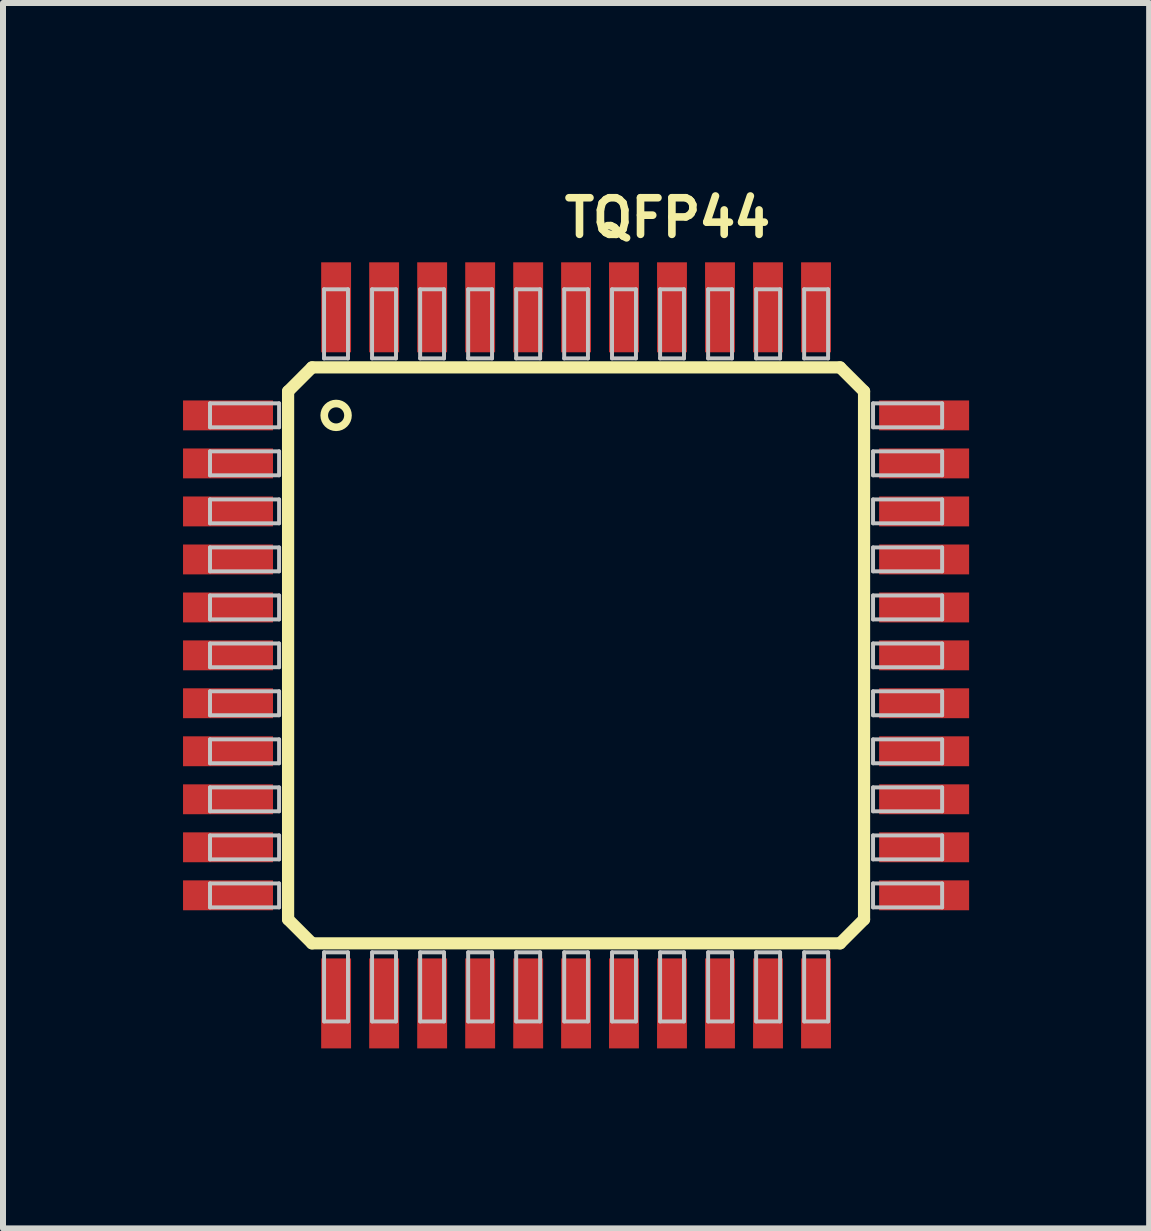
<source format=kicad_pcb>
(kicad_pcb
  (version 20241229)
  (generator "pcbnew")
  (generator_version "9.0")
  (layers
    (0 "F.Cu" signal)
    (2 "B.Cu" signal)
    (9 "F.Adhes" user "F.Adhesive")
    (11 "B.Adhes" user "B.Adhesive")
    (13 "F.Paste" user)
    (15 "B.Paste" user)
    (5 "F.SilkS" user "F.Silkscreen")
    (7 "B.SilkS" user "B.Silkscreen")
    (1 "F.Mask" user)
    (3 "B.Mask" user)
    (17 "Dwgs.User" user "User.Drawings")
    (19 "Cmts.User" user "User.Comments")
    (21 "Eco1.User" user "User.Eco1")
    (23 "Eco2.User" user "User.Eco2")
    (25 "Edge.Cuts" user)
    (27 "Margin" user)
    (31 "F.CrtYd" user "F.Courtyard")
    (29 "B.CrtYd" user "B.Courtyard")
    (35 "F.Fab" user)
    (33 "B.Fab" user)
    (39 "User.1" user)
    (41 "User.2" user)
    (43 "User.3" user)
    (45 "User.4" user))
  (footprint "TQFP44"
    (layer "F.Cu")
    (at 6.548 7.869)
    (property "Reference" "TQFP44" (at 1.524 -7.29 0) (layer "F.SilkS") (effects (font (size 0.61 0.61) (thickness 0.127))))
    (attr smd)
    (fp_line (start -4.798 -4.399) (end -4.399 -4.798) (stroke (width 0.203) (type solid)) (layer "F.SilkS"))
    (fp_line (start -4.798 4.399) (end -4.798 -4.399) (stroke (width 0.203) (type solid)) (layer "F.SilkS"))
    (fp_line (start -4.399 -4.798) (end 4.399 -4.798) (stroke (width 0.203) (type solid)) (layer "F.SilkS"))
    (fp_line (start -4.399 4.798) (end -4.798 4.399) (stroke (width 0.203) (type solid)) (layer "F.SilkS"))
    (fp_line (start 4.399 -4.798) (end 4.798 -4.399) (stroke (width 0.203) (type solid)) (layer "F.SilkS"))
    (fp_line (start 4.399 4.798) (end -4.399 4.798) (stroke (width 0.203) (type solid)) (layer "F.SilkS"))
    (fp_line (start 4.798 -4.399) (end 4.798 4.399) (stroke (width 0.203) (type solid)) (layer "F.SilkS"))
    (fp_line (start 4.798 4.399) (end 4.399 4.798) (stroke (width 0.203) (type solid)) (layer "F.SilkS"))
    (fp_circle (center -3.998 -3.998) (end -4.138 -4.138) (stroke (width 0.127) (type solid)) (fill no) (layer "F.SilkS"))
    (fp_line (start -6.099 -4.199) (end -4.948 -4.199) (stroke (width 0.066) (type solid)) (layer "Dwgs.User"))
    (fp_line (start -6.099 -3.8) (end -6.099 -4.199) (stroke (width 0.066) (type solid)) (layer "Dwgs.User"))
    (fp_line (start -6.099 -3.8) (end -4.948 -3.8) (stroke (width 0.066) (type solid)) (layer "Dwgs.User"))
    (fp_line (start -6.099 -3.399) (end -4.948 -3.399) (stroke (width 0.066) (type solid)) (layer "Dwgs.User"))
    (fp_line (start -6.099 -3) (end -6.099 -3.399) (stroke (width 0.066) (type solid)) (layer "Dwgs.User"))
    (fp_line (start -6.099 -3) (end -4.948 -3) (stroke (width 0.066) (type solid)) (layer "Dwgs.User"))
    (fp_line (start -6.099 -2.598) (end -4.948 -2.598) (stroke (width 0.066) (type solid)) (layer "Dwgs.User"))
    (fp_line (start -6.099 -2.2) (end -6.099 -2.598) (stroke (width 0.066) (type solid)) (layer "Dwgs.User"))
    (fp_line (start -6.099 -2.2) (end -4.948 -2.2) (stroke (width 0.066) (type solid)) (layer "Dwgs.User"))
    (fp_line (start -6.099 -1.798) (end -4.948 -1.798) (stroke (width 0.066) (type solid)) (layer "Dwgs.User"))
    (fp_line (start -6.099 -1.4) (end -6.099 -1.798) (stroke (width 0.066) (type solid)) (layer "Dwgs.User"))
    (fp_line (start -6.099 -1.4) (end -4.948 -1.4) (stroke (width 0.066) (type solid)) (layer "Dwgs.User"))
    (fp_line (start -6.099 -0.998) (end -4.948 -0.998) (stroke (width 0.066) (type solid)) (layer "Dwgs.User"))
    (fp_line (start -6.099 -0.599) (end -6.099 -0.998) (stroke (width 0.066) (type solid)) (layer "Dwgs.User"))
    (fp_line (start -6.099 -0.599) (end -4.948 -0.599) (stroke (width 0.066) (type solid)) (layer "Dwgs.User"))
    (fp_line (start -6.099 -0.198) (end -4.948 -0.198) (stroke (width 0.066) (type solid)) (layer "Dwgs.User"))
    (fp_line (start -6.099 0.198) (end -6.099 -0.198) (stroke (width 0.066) (type solid)) (layer "Dwgs.User"))
    (fp_line (start -6.099 0.198) (end -4.948 0.198) (stroke (width 0.066) (type solid)) (layer "Dwgs.User"))
    (fp_line (start -6.099 0.599) (end -4.948 0.599) (stroke (width 0.066) (type solid)) (layer "Dwgs.User"))
    (fp_line (start -6.099 0.998) (end -6.099 0.599) (stroke (width 0.066) (type solid)) (layer "Dwgs.User"))
    (fp_line (start -6.099 0.998) (end -4.948 0.998) (stroke (width 0.066) (type solid)) (layer "Dwgs.User"))
    (fp_line (start -6.099 1.4) (end -4.948 1.4) (stroke (width 0.066) (type solid)) (layer "Dwgs.User"))
    (fp_line (start -6.099 1.798) (end -6.099 1.4) (stroke (width 0.066) (type solid)) (layer "Dwgs.User"))
    (fp_line (start -6.099 1.798) (end -4.948 1.798) (stroke (width 0.066) (type solid)) (layer "Dwgs.User"))
    (fp_line (start -6.099 2.2) (end -4.948 2.2) (stroke (width 0.066) (type solid)) (layer "Dwgs.User"))
    (fp_line (start -6.099 2.598) (end -6.099 2.2) (stroke (width 0.066) (type solid)) (layer "Dwgs.User"))
    (fp_line (start -6.099 2.598) (end -4.948 2.598) (stroke (width 0.066) (type solid)) (layer "Dwgs.User"))
    (fp_line (start -6.099 3) (end -4.948 3) (stroke (width 0.066) (type solid)) (layer "Dwgs.User"))
    (fp_line (start -6.099 3.399) (end -6.099 3) (stroke (width 0.066) (type solid)) (layer "Dwgs.User"))
    (fp_line (start -6.099 3.399) (end -4.948 3.399) (stroke (width 0.066) (type solid)) (layer "Dwgs.User"))
    (fp_line (start -6.099 3.8) (end -4.948 3.8) (stroke (width 0.066) (type solid)) (layer "Dwgs.User"))
    (fp_line (start -6.099 4.199) (end -6.099 3.8) (stroke (width 0.066) (type solid)) (layer "Dwgs.User"))
    (fp_line (start -6.099 4.199) (end -4.948 4.199) (stroke (width 0.066) (type solid)) (layer "Dwgs.User"))
    (fp_line (start -4.948 -3.8) (end -4.948 -4.199) (stroke (width 0.066) (type solid)) (layer "Dwgs.User"))
    (fp_line (start -4.948 -3) (end -4.948 -3.399) (stroke (width 0.066) (type solid)) (layer "Dwgs.User"))
    (fp_line (start -4.948 -2.2) (end -4.948 -2.598) (stroke (width 0.066) (type solid)) (layer "Dwgs.User"))
    (fp_line (start -4.948 -1.4) (end -4.948 -1.798) (stroke (width 0.066) (type solid)) (layer "Dwgs.User"))
    (fp_line (start -4.948 -0.599) (end -4.948 -0.998) (stroke (width 0.066) (type solid)) (layer "Dwgs.User"))
    (fp_line (start -4.948 0.198) (end -4.948 -0.198) (stroke (width 0.066) (type solid)) (layer "Dwgs.User"))
    (fp_line (start -4.948 0.998) (end -4.948 0.599) (stroke (width 0.066) (type solid)) (layer "Dwgs.User"))
    (fp_line (start -4.948 1.798) (end -4.948 1.4) (stroke (width 0.066) (type solid)) (layer "Dwgs.User"))
    (fp_line (start -4.948 2.598) (end -4.948 2.2) (stroke (width 0.066) (type solid)) (layer "Dwgs.User"))
    (fp_line (start -4.948 3.399) (end -4.948 3) (stroke (width 0.066) (type solid)) (layer "Dwgs.User"))
    (fp_line (start -4.948 4.199) (end -4.948 3.8) (stroke (width 0.066) (type solid)) (layer "Dwgs.User"))
    (fp_line (start -4.199 -6.099) (end -3.8 -6.099) (stroke (width 0.066) (type solid)) (layer "Dwgs.User"))
    (fp_line (start -4.199 -4.948) (end -4.199 -6.099) (stroke (width 0.066) (type solid)) (layer "Dwgs.User"))
    (fp_line (start -4.199 -4.948) (end -3.8 -4.948) (stroke (width 0.066) (type solid)) (layer "Dwgs.User"))
    (fp_line (start -4.199 4.948) (end -3.8 4.948) (stroke (width 0.066) (type solid)) (layer "Dwgs.User"))
    (fp_line (start -4.199 6.099) (end -4.199 4.948) (stroke (width 0.066) (type solid)) (layer "Dwgs.User"))
    (fp_line (start -4.199 6.099) (end -3.8 6.099) (stroke (width 0.066) (type solid)) (layer "Dwgs.User"))
    (fp_line (start -3.8 -4.948) (end -3.8 -6.099) (stroke (width 0.066) (type solid)) (layer "Dwgs.User"))
    (fp_line (start -3.8 6.099) (end -3.8 4.948) (stroke (width 0.066) (type solid)) (layer "Dwgs.User"))
    (fp_line (start -3.399 -6.099) (end -3 -6.099) (stroke (width 0.066) (type solid)) (layer "Dwgs.User"))
    (fp_line (start -3.399 -4.948) (end -3.399 -6.099) (stroke (width 0.066) (type solid)) (layer "Dwgs.User"))
    (fp_line (start -3.399 -4.948) (end -3 -4.948) (stroke (width 0.066) (type solid)) (layer "Dwgs.User"))
    (fp_line (start -3.399 4.948) (end -3 4.948) (stroke (width 0.066) (type solid)) (layer "Dwgs.User"))
    (fp_line (start -3.399 6.099) (end -3.399 4.948) (stroke (width 0.066) (type solid)) (layer "Dwgs.User"))
    (fp_line (start -3.399 6.099) (end -3 6.099) (stroke (width 0.066) (type solid)) (layer "Dwgs.User"))
    (fp_line (start -3 -4.948) (end -3 -6.099) (stroke (width 0.066) (type solid)) (layer "Dwgs.User"))
    (fp_line (start -3 6.099) (end -3 4.948) (stroke (width 0.066) (type solid)) (layer "Dwgs.User"))
    (fp_line (start -2.598 -6.099) (end -2.2 -6.099) (stroke (width 0.066) (type solid)) (layer "Dwgs.User"))
    (fp_line (start -2.598 -4.948) (end -2.598 -6.099) (stroke (width 0.066) (type solid)) (layer "Dwgs.User"))
    (fp_line (start -2.598 -4.948) (end -2.2 -4.948) (stroke (width 0.066) (type solid)) (layer "Dwgs.User"))
    (fp_line (start -2.598 4.948) (end -2.2 4.948) (stroke (width 0.066) (type solid)) (layer "Dwgs.User"))
    (fp_line (start -2.598 6.099) (end -2.598 4.948) (stroke (width 0.066) (type solid)) (layer "Dwgs.User"))
    (fp_line (start -2.598 6.099) (end -2.2 6.099) (stroke (width 0.066) (type solid)) (layer "Dwgs.User"))
    (fp_line (start -2.2 -4.948) (end -2.2 -6.099) (stroke (width 0.066) (type solid)) (layer "Dwgs.User"))
    (fp_line (start -2.2 6.099) (end -2.2 4.948) (stroke (width 0.066) (type solid)) (layer "Dwgs.User"))
    (fp_line (start -1.798 -6.099) (end -1.4 -6.099) (stroke (width 0.066) (type solid)) (layer "Dwgs.User"))
    (fp_line (start -1.798 -4.948) (end -1.798 -6.099) (stroke (width 0.066) (type solid)) (layer "Dwgs.User"))
    (fp_line (start -1.798 -4.948) (end -1.4 -4.948) (stroke (width 0.066) (type solid)) (layer "Dwgs.User"))
    (fp_line (start -1.798 4.948) (end -1.4 4.948) (stroke (width 0.066) (type solid)) (layer "Dwgs.User"))
    (fp_line (start -1.798 6.099) (end -1.798 4.948) (stroke (width 0.066) (type solid)) (layer "Dwgs.User"))
    (fp_line (start -1.798 6.099) (end -1.4 6.099) (stroke (width 0.066) (type solid)) (layer "Dwgs.User"))
    (fp_line (start -1.4 -4.948) (end -1.4 -6.099) (stroke (width 0.066) (type solid)) (layer "Dwgs.User"))
    (fp_line (start -1.4 6.099) (end -1.4 4.948) (stroke (width 0.066) (type solid)) (layer "Dwgs.User"))
    (fp_line (start -0.998 -6.099) (end -0.599 -6.099) (stroke (width 0.066) (type solid)) (layer "Dwgs.User"))
    (fp_line (start -0.998 -4.948) (end -0.998 -6.099) (stroke (width 0.066) (type solid)) (layer "Dwgs.User"))
    (fp_line (start -0.998 -4.948) (end -0.599 -4.948) (stroke (width 0.066) (type solid)) (layer "Dwgs.User"))
    (fp_line (start -0.998 4.948) (end -0.599 4.948) (stroke (width 0.066) (type solid)) (layer "Dwgs.User"))
    (fp_line (start -0.998 6.099) (end -0.998 4.948) (stroke (width 0.066) (type solid)) (layer "Dwgs.User"))
    (fp_line (start -0.998 6.099) (end -0.599 6.099) (stroke (width 0.066) (type solid)) (layer "Dwgs.User"))
    (fp_line (start -0.599 -4.948) (end -0.599 -6.099) (stroke (width 0.066) (type solid)) (layer "Dwgs.User"))
    (fp_line (start -0.599 6.099) (end -0.599 4.948) (stroke (width 0.066) (type solid)) (layer "Dwgs.User"))
    (fp_line (start -0.198 -6.099) (end 0.198 -6.099) (stroke (width 0.066) (type solid)) (layer "Dwgs.User"))
    (fp_line (start -0.198 -4.948) (end -0.198 -6.099) (stroke (width 0.066) (type solid)) (layer "Dwgs.User"))
    (fp_line (start -0.198 -4.948) (end 0.198 -4.948) (stroke (width 0.066) (type solid)) (layer "Dwgs.User"))
    (fp_line (start -0.198 4.948) (end 0.198 4.948) (stroke (width 0.066) (type solid)) (layer "Dwgs.User"))
    (fp_line (start -0.198 6.099) (end -0.198 4.948) (stroke (width 0.066) (type solid)) (layer "Dwgs.User"))
    (fp_line (start -0.198 6.099) (end 0.198 6.099) (stroke (width 0.066) (type solid)) (layer "Dwgs.User"))
    (fp_line (start 0.198 -4.948) (end 0.198 -6.099) (stroke (width 0.066) (type solid)) (layer "Dwgs.User"))
    (fp_line (start 0.198 6.099) (end 0.198 4.948) (stroke (width 0.066) (type solid)) (layer "Dwgs.User"))
    (fp_line (start 0.599 -6.099) (end 0.998 -6.099) (stroke (width 0.066) (type solid)) (layer "Dwgs.User"))
    (fp_line (start 0.599 -4.948) (end 0.599 -6.099) (stroke (width 0.066) (type solid)) (layer "Dwgs.User"))
    (fp_line (start 0.599 -4.948) (end 0.998 -4.948) (stroke (width 0.066) (type solid)) (layer "Dwgs.User"))
    (fp_line (start 0.599 4.948) (end 0.998 4.948) (stroke (width 0.066) (type solid)) (layer "Dwgs.User"))
    (fp_line (start 0.599 6.099) (end 0.599 4.948) (stroke (width 0.066) (type solid)) (layer "Dwgs.User"))
    (fp_line (start 0.599 6.099) (end 0.998 6.099) (stroke (width 0.066) (type solid)) (layer "Dwgs.User"))
    (fp_line (start 0.998 -4.948) (end 0.998 -6.099) (stroke (width 0.066) (type solid)) (layer "Dwgs.User"))
    (fp_line (start 0.998 6.099) (end 0.998 4.948) (stroke (width 0.066) (type solid)) (layer "Dwgs.User"))
    (fp_line (start 1.4 -6.099) (end 1.798 -6.099) (stroke (width 0.066) (type solid)) (layer "Dwgs.User"))
    (fp_line (start 1.4 -4.948) (end 1.4 -6.099) (stroke (width 0.066) (type solid)) (layer "Dwgs.User"))
    (fp_line (start 1.4 -4.948) (end 1.798 -4.948) (stroke (width 0.066) (type solid)) (layer "Dwgs.User"))
    (fp_line (start 1.4 4.948) (end 1.798 4.948) (stroke (width 0.066) (type solid)) (layer "Dwgs.User"))
    (fp_line (start 1.4 6.099) (end 1.4 4.948) (stroke (width 0.066) (type solid)) (layer "Dwgs.User"))
    (fp_line (start 1.4 6.099) (end 1.798 6.099) (stroke (width 0.066) (type solid)) (layer "Dwgs.User"))
    (fp_line (start 1.798 -4.948) (end 1.798 -6.099) (stroke (width 0.066) (type solid)) (layer "Dwgs.User"))
    (fp_line (start 1.798 6.099) (end 1.798 4.948) (stroke (width 0.066) (type solid)) (layer "Dwgs.User"))
    (fp_line (start 2.2 -6.099) (end 2.598 -6.099) (stroke (width 0.066) (type solid)) (layer "Dwgs.User"))
    (fp_line (start 2.2 -4.948) (end 2.2 -6.099) (stroke (width 0.066) (type solid)) (layer "Dwgs.User"))
    (fp_line (start 2.2 -4.948) (end 2.598 -4.948) (stroke (width 0.066) (type solid)) (layer "Dwgs.User"))
    (fp_line (start 2.2 4.948) (end 2.598 4.948) (stroke (width 0.066) (type solid)) (layer "Dwgs.User"))
    (fp_line (start 2.2 6.099) (end 2.2 4.948) (stroke (width 0.066) (type solid)) (layer "Dwgs.User"))
    (fp_line (start 2.2 6.099) (end 2.598 6.099) (stroke (width 0.066) (type solid)) (layer "Dwgs.User"))
    (fp_line (start 2.598 -4.948) (end 2.598 -6.099) (stroke (width 0.066) (type solid)) (layer "Dwgs.User"))
    (fp_line (start 2.598 6.099) (end 2.598 4.948) (stroke (width 0.066) (type solid)) (layer "Dwgs.User"))
    (fp_line (start 3 -6.099) (end 3.399 -6.099) (stroke (width 0.066) (type solid)) (layer "Dwgs.User"))
    (fp_line (start 3 -4.948) (end 3 -6.099) (stroke (width 0.066) (type solid)) (layer "Dwgs.User"))
    (fp_line (start 3 -4.948) (end 3.399 -4.948) (stroke (width 0.066) (type solid)) (layer "Dwgs.User"))
    (fp_line (start 3 4.948) (end 3.399 4.948) (stroke (width 0.066) (type solid)) (layer "Dwgs.User"))
    (fp_line (start 3 6.099) (end 3 4.948) (stroke (width 0.066) (type solid)) (layer "Dwgs.User"))
    (fp_line (start 3 6.099) (end 3.399 6.099) (stroke (width 0.066) (type solid)) (layer "Dwgs.User"))
    (fp_line (start 3.399 -4.948) (end 3.399 -6.099) (stroke (width 0.066) (type solid)) (layer "Dwgs.User"))
    (fp_line (start 3.399 6.099) (end 3.399 4.948) (stroke (width 0.066) (type solid)) (layer "Dwgs.User"))
    (fp_line (start 3.8 -6.099) (end 4.199 -6.099) (stroke (width 0.066) (type solid)) (layer "Dwgs.User"))
    (fp_line (start 3.8 -4.948) (end 3.8 -6.099) (stroke (width 0.066) (type solid)) (layer "Dwgs.User"))
    (fp_line (start 3.8 -4.948) (end 4.199 -4.948) (stroke (width 0.066) (type solid)) (layer "Dwgs.User"))
    (fp_line (start 3.8 4.948) (end 4.199 4.948) (stroke (width 0.066) (type solid)) (layer "Dwgs.User"))
    (fp_line (start 3.8 6.099) (end 3.8 4.948) (stroke (width 0.066) (type solid)) (layer "Dwgs.User"))
    (fp_line (start 3.8 6.099) (end 4.199 6.099) (stroke (width 0.066) (type solid)) (layer "Dwgs.User"))
    (fp_line (start 4.199 -4.948) (end 4.199 -6.099) (stroke (width 0.066) (type solid)) (layer "Dwgs.User"))
    (fp_line (start 4.199 6.099) (end 4.199 4.948) (stroke (width 0.066) (type solid)) (layer "Dwgs.User"))
    (fp_line (start 4.948 -4.199) (end 6.099 -4.199) (stroke (width 0.066) (type solid)) (layer "Dwgs.User"))
    (fp_line (start 4.948 -3.8) (end 4.948 -4.199) (stroke (width 0.066) (type solid)) (layer "Dwgs.User"))
    (fp_line (start 4.948 -3.8) (end 6.099 -3.8) (stroke (width 0.066) (type solid)) (layer "Dwgs.User"))
    (fp_line (start 4.948 -3.399) (end 6.099 -3.399) (stroke (width 0.066) (type solid)) (layer "Dwgs.User"))
    (fp_line (start 4.948 -3) (end 4.948 -3.399) (stroke (width 0.066) (type solid)) (layer "Dwgs.User"))
    (fp_line (start 4.948 -3) (end 6.099 -3) (stroke (width 0.066) (type solid)) (layer "Dwgs.User"))
    (fp_line (start 4.948 -2.598) (end 6.099 -2.598) (stroke (width 0.066) (type solid)) (layer "Dwgs.User"))
    (fp_line (start 4.948 -2.2) (end 4.948 -2.598) (stroke (width 0.066) (type solid)) (layer "Dwgs.User"))
    (fp_line (start 4.948 -2.2) (end 6.099 -2.2) (stroke (width 0.066) (type solid)) (layer "Dwgs.User"))
    (fp_line (start 4.948 -1.798) (end 6.099 -1.798) (stroke (width 0.066) (type solid)) (layer "Dwgs.User"))
    (fp_line (start 4.948 -1.4) (end 4.948 -1.798) (stroke (width 0.066) (type solid)) (layer "Dwgs.User"))
    (fp_line (start 4.948 -1.4) (end 6.099 -1.4) (stroke (width 0.066) (type solid)) (layer "Dwgs.User"))
    (fp_line (start 4.948 -0.998) (end 6.099 -0.998) (stroke (width 0.066) (type solid)) (layer "Dwgs.User"))
    (fp_line (start 4.948 -0.599) (end 4.948 -0.998) (stroke (width 0.066) (type solid)) (layer "Dwgs.User"))
    (fp_line (start 4.948 -0.599) (end 6.099 -0.599) (stroke (width 0.066) (type solid)) (layer "Dwgs.User"))
    (fp_line (start 4.948 -0.198) (end 6.099 -0.198) (stroke (width 0.066) (type solid)) (layer "Dwgs.User"))
    (fp_line (start 4.948 0.198) (end 4.948 -0.198) (stroke (width 0.066) (type solid)) (layer "Dwgs.User"))
    (fp_line (start 4.948 0.198) (end 6.099 0.198) (stroke (width 0.066) (type solid)) (layer "Dwgs.User"))
    (fp_line (start 4.948 0.599) (end 6.099 0.599) (stroke (width 0.066) (type solid)) (layer "Dwgs.User"))
    (fp_line (start 4.948 0.998) (end 4.948 0.599) (stroke (width 0.066) (type solid)) (layer "Dwgs.User"))
    (fp_line (start 4.948 0.998) (end 6.099 0.998) (stroke (width 0.066) (type solid)) (layer "Dwgs.User"))
    (fp_line (start 4.948 1.4) (end 6.099 1.4) (stroke (width 0.066) (type solid)) (layer "Dwgs.User"))
    (fp_line (start 4.948 1.798) (end 4.948 1.4) (stroke (width 0.066) (type solid)) (layer "Dwgs.User"))
    (fp_line (start 4.948 1.798) (end 6.099 1.798) (stroke (width 0.066) (type solid)) (layer "Dwgs.User"))
    (fp_line (start 4.948 2.2) (end 6.099 2.2) (stroke (width 0.066) (type solid)) (layer "Dwgs.User"))
    (fp_line (start 4.948 2.598) (end 4.948 2.2) (stroke (width 0.066) (type solid)) (layer "Dwgs.User"))
    (fp_line (start 4.948 2.598) (end 6.099 2.598) (stroke (width 0.066) (type solid)) (layer "Dwgs.User"))
    (fp_line (start 4.948 3) (end 6.099 3) (stroke (width 0.066) (type solid)) (layer "Dwgs.User"))
    (fp_line (start 4.948 3.399) (end 4.948 3) (stroke (width 0.066) (type solid)) (layer "Dwgs.User"))
    (fp_line (start 4.948 3.399) (end 6.099 3.399) (stroke (width 0.066) (type solid)) (layer "Dwgs.User"))
    (fp_line (start 4.948 3.8) (end 6.099 3.8) (stroke (width 0.066) (type solid)) (layer "Dwgs.User"))
    (fp_line (start 4.948 4.199) (end 4.948 3.8) (stroke (width 0.066) (type solid)) (layer "Dwgs.User"))
    (fp_line (start 4.948 4.199) (end 6.099 4.199) (stroke (width 0.066) (type solid)) (layer "Dwgs.User"))
    (fp_line (start 6.099 -3.8) (end 6.099 -4.199) (stroke (width 0.066) (type solid)) (layer "Dwgs.User"))
    (fp_line (start 6.099 -3) (end 6.099 -3.399) (stroke (width 0.066) (type solid)) (layer "Dwgs.User"))
    (fp_line (start 6.099 -2.2) (end 6.099 -2.598) (stroke (width 0.066) (type solid)) (layer "Dwgs.User"))
    (fp_line (start 6.099 -1.4) (end 6.099 -1.798) (stroke (width 0.066) (type solid)) (layer "Dwgs.User"))
    (fp_line (start 6.099 -0.599) (end 6.099 -0.998) (stroke (width 0.066) (type solid)) (layer "Dwgs.User"))
    (fp_line (start 6.099 0.198) (end 6.099 -0.198) (stroke (width 0.066) (type solid)) (layer "Dwgs.User"))
    (fp_line (start 6.099 0.998) (end 6.099 0.599) (stroke (width 0.066) (type solid)) (layer "Dwgs.User"))
    (fp_line (start 6.099 1.798) (end 6.099 1.4) (stroke (width 0.066) (type solid)) (layer "Dwgs.User"))
    (fp_line (start 6.099 2.598) (end 6.099 2.2) (stroke (width 0.066) (type solid)) (layer "Dwgs.User"))
    (fp_line (start 6.099 3.399) (end 6.099 3) (stroke (width 0.066) (type solid)) (layer "Dwgs.User"))
    (fp_line (start 6.099 4.199) (end 6.099 3.8) (stroke (width 0.066) (type solid)) (layer "Dwgs.User"))
    (pad "1" smd rect (at -5.799 -3.998) (size 1.499 0.498) (layers "F.Cu" "F.Mask" "F.Paste"))
    (pad "2" smd rect (at -5.799 -3.198) (size 1.499 0.498) (layers "F.Cu" "F.Mask" "F.Paste"))
    (pad "3" smd rect (at -5.799 -2.398) (size 1.499 0.498) (layers "F.Cu" "F.Mask" "F.Paste"))
    (pad "4" smd rect (at -5.799 -1.598) (size 1.499 0.498) (layers "F.Cu" "F.Mask" "F.Paste"))
    (pad "5" smd rect (at -5.799 -0.798) (size 1.499 0.498) (layers "F.Cu" "F.Mask" "F.Paste"))
    (pad "6" smd rect (at -5.799 0) (size 1.499 0.498) (layers "F.Cu" "F.Mask" "F.Paste"))
    (pad "7" smd rect (at -5.799 0.798) (size 1.499 0.498) (layers "F.Cu" "F.Mask" "F.Paste"))
    (pad "8" smd rect (at -5.799 1.598) (size 1.499 0.498) (layers "F.Cu" "F.Mask" "F.Paste"))
    (pad "9" smd rect (at -5.799 2.398) (size 1.499 0.498) (layers "F.Cu" "F.Mask" "F.Paste"))
    (pad "10" smd rect (at -5.799 3.198) (size 1.499 0.498) (layers "F.Cu" "F.Mask" "F.Paste"))
    (pad "11" smd rect (at -5.799 3.998) (size 1.499 0.498) (layers "F.Cu" "F.Mask" "F.Paste"))
    (pad "12" smd rect (at -3.998 5.799) (size 0.498 1.499) (layers "F.Cu" "F.Mask" "F.Paste"))
    (pad "13" smd rect (at -3.198 5.799) (size 0.498 1.499) (layers "F.Cu" "F.Mask" "F.Paste"))
    (pad "14" smd rect (at -2.398 5.799) (size 0.498 1.499) (layers "F.Cu" "F.Mask" "F.Paste"))
    (pad "15" smd rect (at -1.598 5.799) (size 0.498 1.499) (layers "F.Cu" "F.Mask" "F.Paste"))
    (pad "16" smd rect (at -0.798 5.799) (size 0.498 1.499) (layers "F.Cu" "F.Mask" "F.Paste"))
    (pad "17" smd rect (at 0 5.799) (size 0.498 1.499) (layers "F.Cu" "F.Mask" "F.Paste"))
    (pad "18" smd rect (at 0.798 5.799) (size 0.498 1.499) (layers "F.Cu" "F.Mask" "F.Paste"))
    (pad "19" smd rect (at 1.598 5.799) (size 0.498 1.499) (layers "F.Cu" "F.Mask" "F.Paste"))
    (pad "20" smd rect (at 2.398 5.799) (size 0.498 1.499) (layers "F.Cu" "F.Mask" "F.Paste"))
    (pad "21" smd rect (at 3.198 5.799) (size 0.498 1.499) (layers "F.Cu" "F.Mask" "F.Paste"))
    (pad "22" smd rect (at 3.998 5.799) (size 0.498 1.499) (layers "F.Cu" "F.Mask" "F.Paste"))
    (pad "23" smd rect (at 5.799 3.998) (size 1.499 0.498) (layers "F.Cu" "F.Mask" "F.Paste"))
    (pad "24" smd rect (at 5.799 3.198) (size 1.499 0.498) (layers "F.Cu" "F.Mask" "F.Paste"))
    (pad "25" smd rect (at 5.799 2.398) (size 1.499 0.498) (layers "F.Cu" "F.Mask" "F.Paste"))
    (pad "26" smd rect (at 5.799 1.598) (size 1.499 0.498) (layers "F.Cu" "F.Mask" "F.Paste"))
    (pad "27" smd rect (at 5.799 0.798) (size 1.499 0.498) (layers "F.Cu" "F.Mask" "F.Paste"))
    (pad "28" smd rect (at 5.799 0) (size 1.499 0.498) (layers "F.Cu" "F.Mask" "F.Paste"))
    (pad "29" smd rect (at 5.799 -0.798) (size 1.499 0.498) (layers "F.Cu" "F.Mask" "F.Paste"))
    (pad "30" smd rect (at 5.799 -1.598) (size 1.499 0.498) (layers "F.Cu" "F.Mask" "F.Paste"))
    (pad "31" smd rect (at 5.799 -2.398) (size 1.499 0.498) (layers "F.Cu" "F.Mask" "F.Paste"))
    (pad "32" smd rect (at 5.799 -3.198) (size 1.499 0.498) (layers "F.Cu" "F.Mask" "F.Paste"))
    (pad "33" smd rect (at 5.799 -3.998) (size 1.499 0.498) (layers "F.Cu" "F.Mask" "F.Paste"))
    (pad "34" smd rect (at 3.998 -5.799) (size 0.498 1.499) (layers "F.Cu" "F.Mask" "F.Paste"))
    (pad "35" smd rect (at 3.198 -5.799) (size 0.498 1.499) (layers "F.Cu" "F.Mask" "F.Paste"))
    (pad "36" smd rect (at 2.398 -5.799) (size 0.498 1.499) (layers "F.Cu" "F.Mask" "F.Paste"))
    (pad "37" smd rect (at 1.598 -5.799) (size 0.498 1.499) (layers "F.Cu" "F.Mask" "F.Paste"))
    (pad "38" smd rect (at 0.798 -5.799) (size 0.498 1.499) (layers "F.Cu" "F.Mask" "F.Paste"))
    (pad "39" smd rect (at 0 -5.799) (size 0.498 1.499) (layers "F.Cu" "F.Mask" "F.Paste"))
    (pad "40" smd rect (at -0.798 -5.799) (size 0.498 1.499) (layers "F.Cu" "F.Mask" "F.Paste"))
    (pad "41" smd rect (at -1.598 -5.799) (size 0.498 1.499) (layers "F.Cu" "F.Mask" "F.Paste"))
    (pad "42" smd rect (at -2.398 -5.799) (size 0.498 1.499) (layers "F.Cu" "F.Mask" "F.Paste"))
    (pad "43" smd rect (at -3.198 -5.799) (size 0.498 1.499) (layers "F.Cu" "F.Mask" "F.Paste"))
    (pad "44" smd rect (at -3.998 -5.799) (size 0.498 1.499) (layers "F.Cu" "F.Mask" "F.Paste")))
  (gr_rect
    (start -3 -3)
    (end 16.096 17.417)
    (stroke (width 0.1) (type default))
    (fill no)
    (layer "Edge.Cuts")))
</source>
